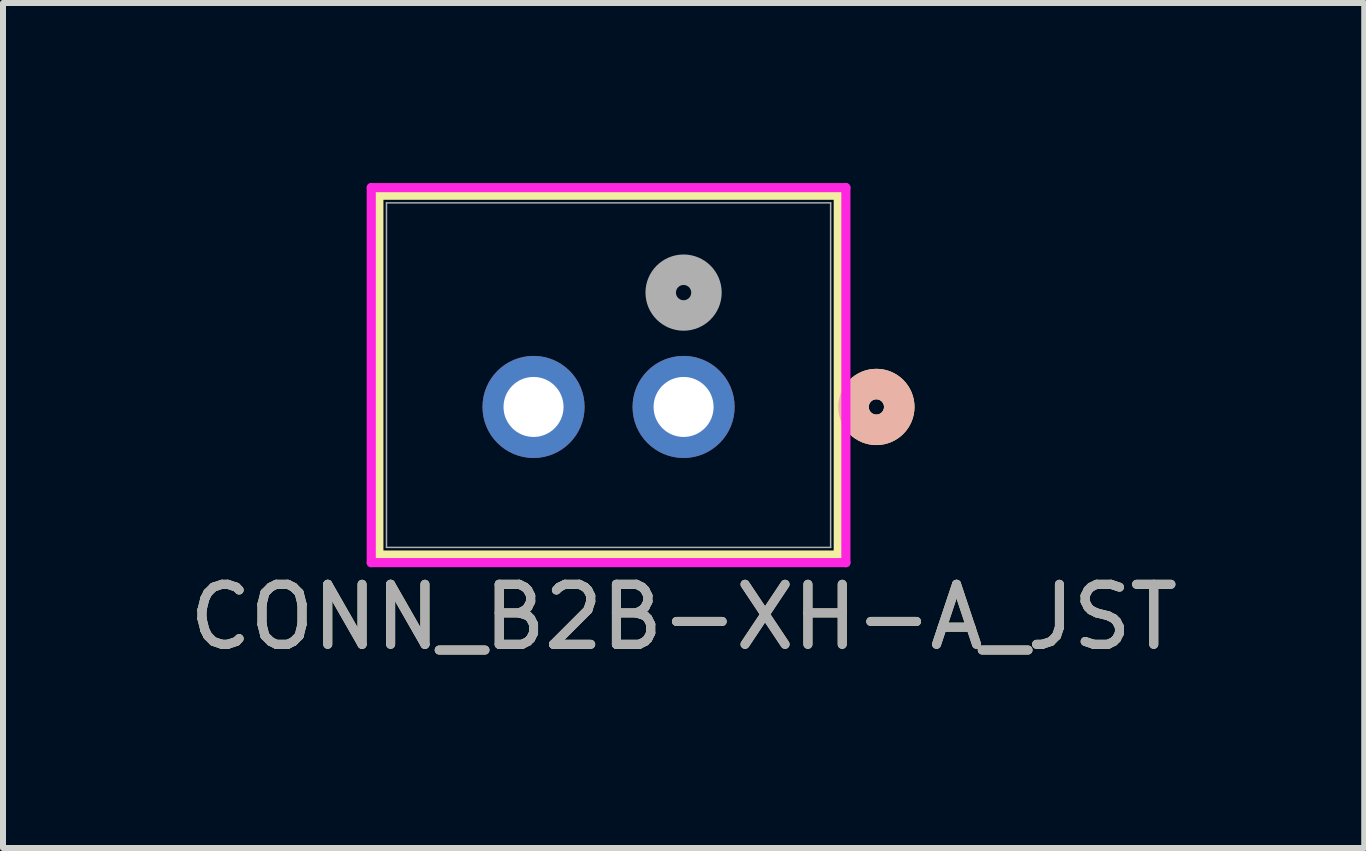
<source format=kicad_pcb>
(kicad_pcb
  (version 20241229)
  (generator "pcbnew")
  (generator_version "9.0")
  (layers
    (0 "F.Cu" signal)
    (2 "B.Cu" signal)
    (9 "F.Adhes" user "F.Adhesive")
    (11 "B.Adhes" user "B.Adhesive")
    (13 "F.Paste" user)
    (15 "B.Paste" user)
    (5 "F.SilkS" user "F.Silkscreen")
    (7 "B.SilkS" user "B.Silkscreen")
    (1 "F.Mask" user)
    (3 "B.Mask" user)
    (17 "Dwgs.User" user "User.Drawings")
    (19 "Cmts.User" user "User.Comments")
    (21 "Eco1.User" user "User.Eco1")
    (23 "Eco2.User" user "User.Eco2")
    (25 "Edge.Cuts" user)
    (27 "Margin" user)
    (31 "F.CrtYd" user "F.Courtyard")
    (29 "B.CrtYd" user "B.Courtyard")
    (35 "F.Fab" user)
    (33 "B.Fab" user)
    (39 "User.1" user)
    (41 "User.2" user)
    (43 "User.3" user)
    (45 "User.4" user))
  (footprint "CONN_B2B-XH-A_JST"
    (layer "F.Cu")
    (at 8.339 3.73)
    (property "Reference" "CONN_B2B-XH-A_JST" (at 0 3.5 0) (unlocked yes) (layer "F.SilkS") (effects (font (size 1 1) (thickness 0.15))))
    (attr through_hole)
    (fp_line (start -5.077 -3.527) (end -5.077 2.467) (stroke (width 0.152) (type solid)) (layer "F.SilkS"))
    (fp_line (start -5.077 2.467) (end 2.577 2.467) (stroke (width 0.152) (type solid)) (layer "F.SilkS"))
    (fp_line (start 2.577 -3.527) (end -5.077 -3.527) (stroke (width 0.152) (type solid)) (layer "F.SilkS"))
    (fp_line (start 2.577 2.467) (end 2.577 -3.527) (stroke (width 0.152) (type solid)) (layer "F.SilkS"))
    (fp_circle (center 3.212 0) (end 3.593 0) (stroke (width 0.508) (type solid)) (fill no) (layer "F.SilkS"))
    (fp_circle (center 3.212 0) (end 3.593 0) (stroke (width 0.508) (type solid)) (fill no) (layer "B.SilkS"))
    (fp_line (start -5.204 -3.654) (end -5.204 2.594) (stroke (width 0.152) (type solid)) (layer "F.CrtYd"))
    (fp_line (start -5.204 2.594) (end 2.704 2.594) (stroke (width 0.152) (type solid)) (layer "F.CrtYd"))
    (fp_line (start 2.704 -3.654) (end -5.204 -3.654) (stroke (width 0.152) (type solid)) (layer "F.CrtYd"))
    (fp_line (start 2.704 2.594) (end 2.704 -3.654) (stroke (width 0.152) (type solid)) (layer "F.CrtYd"))
    (fp_line (start -4.95 -3.4) (end -4.95 2.34) (stroke (width 0.025) (type solid)) (layer "F.Fab"))
    (fp_line (start -4.95 2.34) (end 2.45 2.34) (stroke (width 0.025) (type solid)) (layer "F.Fab"))
    (fp_line (start 2.45 -3.4) (end -4.95 -3.4) (stroke (width 0.025) (type solid)) (layer "F.Fab"))
    (fp_line (start 2.45 2.34) (end 2.45 -3.4) (stroke (width 0.025) (type solid)) (layer "F.Fab"))
    (fp_circle (center 0 -1.905) (end 0.381 -1.905) (stroke (width 0.508) (type solid)) (fill no) (layer "F.Fab"))
    (fp_text user "${REFERENCE}" (at 0 3.5 0) (unlocked yes) (layer "F.Fab") (effects (font (size 1 1) (thickness 0.15))))
    (pad "1" thru_hole circle (at 0 0) (size 1.7 1.7) (drill 1) (layers "*.Cu" "*.Mask"))
    (pad "2" thru_hole circle (at -2.5 0) (size 1.7 1.7) (drill 1) (layers "*.Cu" "*.Mask")))
  (gr_rect
    (start -3 -3)
    (end 19.679 11.078)
    (stroke (width 0.1) (type default))
    (fill no)
    (layer "Edge.Cuts")))
</source>
